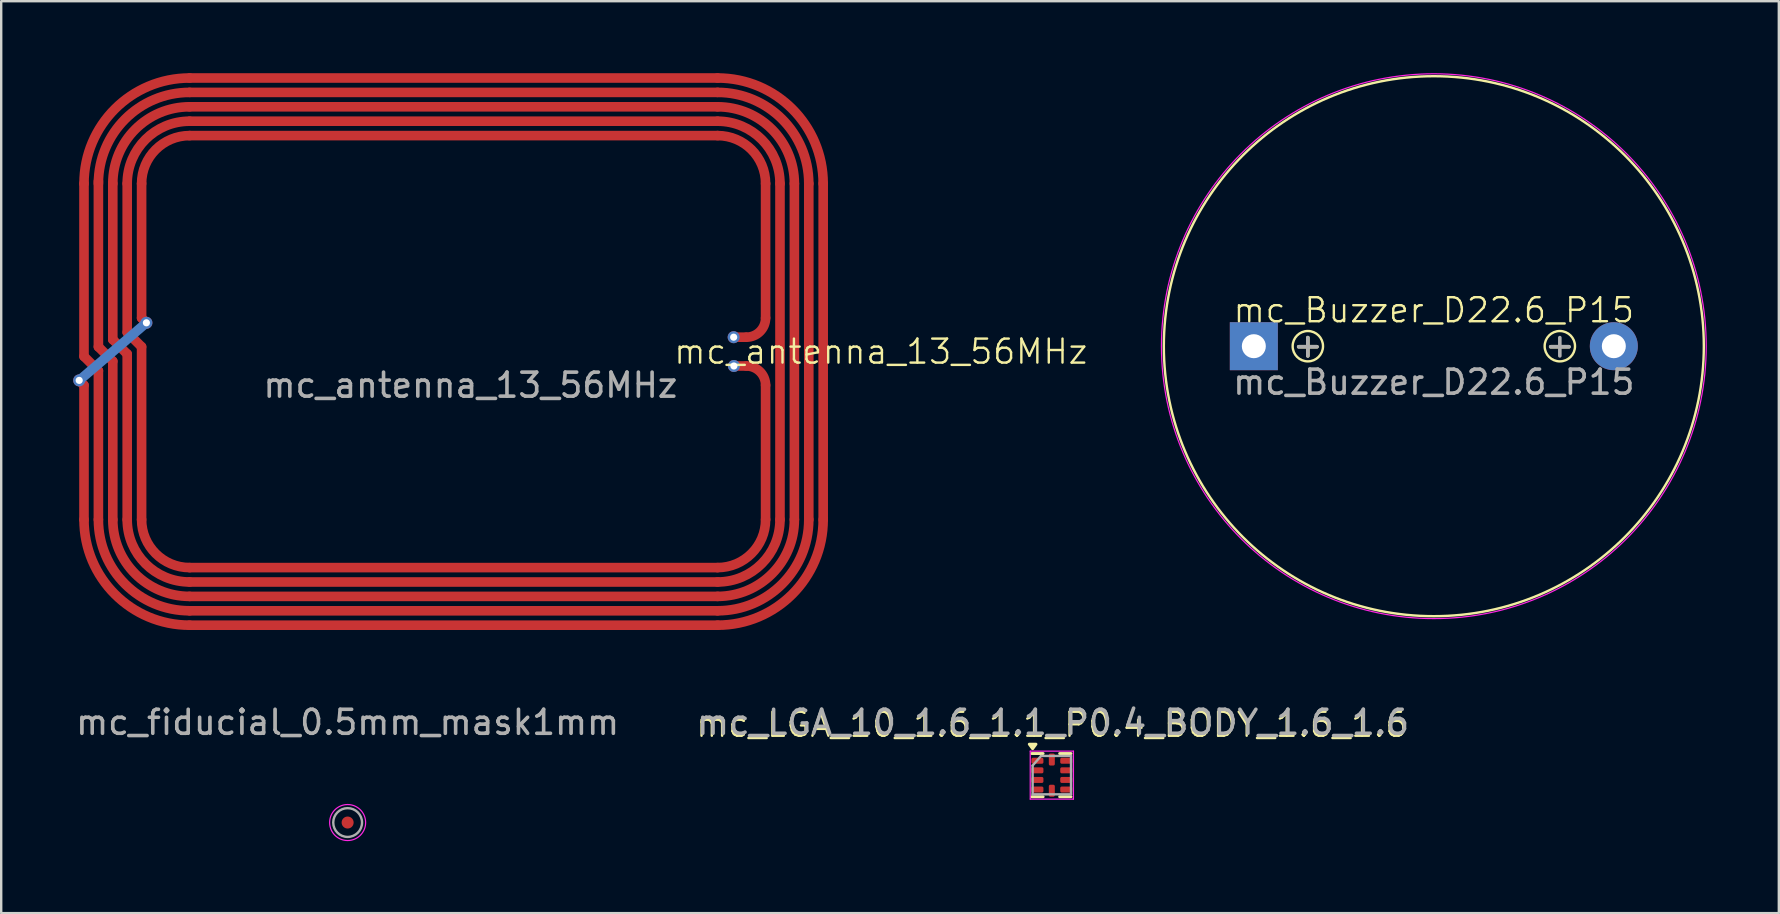
<source format=kicad_pcb>
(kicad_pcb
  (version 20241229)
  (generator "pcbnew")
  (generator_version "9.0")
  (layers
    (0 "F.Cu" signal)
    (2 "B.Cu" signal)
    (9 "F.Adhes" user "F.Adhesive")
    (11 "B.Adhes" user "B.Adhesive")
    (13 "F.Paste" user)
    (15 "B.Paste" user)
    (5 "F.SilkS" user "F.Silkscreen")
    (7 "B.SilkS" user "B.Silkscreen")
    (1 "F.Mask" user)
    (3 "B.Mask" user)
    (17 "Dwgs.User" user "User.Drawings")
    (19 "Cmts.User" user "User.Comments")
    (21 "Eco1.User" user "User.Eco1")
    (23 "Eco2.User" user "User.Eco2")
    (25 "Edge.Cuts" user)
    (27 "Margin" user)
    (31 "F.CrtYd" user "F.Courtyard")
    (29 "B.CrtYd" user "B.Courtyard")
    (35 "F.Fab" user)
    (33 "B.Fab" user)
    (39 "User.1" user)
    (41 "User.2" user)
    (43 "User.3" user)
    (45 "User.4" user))
  (footprint "mc_fiducial_0.5mm_mask1mm"
    (layer "F.Cu")
    (at 11.435 31.223)
    (property "Reference" "mc_fiducial_0.5mm_mask1mm" (at 0 -4.175 0) (unlocked yes) (layer "F.SilkS") (effects (font (size 1 1) (thickness 0.1))))
    (attr smd)
    (fp_circle (center 0 0) (end 0.75 0) (stroke (width 0.05) (type solid)) (fill no) (layer "F.CrtYd"))
    (fp_circle (center 0 0) (end 0.6 0) (stroke (width 0.1) (type solid)) (fill no) (layer "F.Fab"))
    (fp_text user "${REFERENCE}" (at 0 -4.175 0) (unlocked yes) (layer "F.Fab") (effects (font (size 1 1) (thickness 0.15))))
    (pad "" smd circle (at 0 0) (size 0.5 0.5) (layers "F.Cu" "F.Mask")))
  (footprint "mc_Buzzer_D22.6_P15"
    (layer "F.Cu")
    (at 56.694 11.375)
    (property "Reference" "mc_Buzzer_D22.6_P15" (at 0 -1.5 0) (unlocked yes) (layer "F.SilkS") (effects (font (size 1 1) (thickness 0.1))))
    (attr smd)
    (fp_circle (center -5.25 0) (end -4.65 0.2) (stroke (width 0.1) (type default)) (fill no) (layer "F.SilkS"))
    (fp_circle (center 0 0) (end 11.25 0) (stroke (width 0.1) (type default)) (fill no) (layer "F.SilkS"))
    (fp_circle (center 5.25 0) (end 5.85 0.2) (stroke (width 0.1) (type default)) (fill no) (layer "F.SilkS"))
    (fp_circle (center 0 0) (end 11.35 0) (stroke (width 0.05) (type solid)) (fill no) (layer "F.CrtYd"))
    (fp_text user "-" (at 5.25 -0.05 0) (layer "F.SilkS") (effects (font (size 1 1) (thickness 0.15))))
    (fp_text user "+" (at -5.25 -0.05 0) (layer "F.SilkS") (effects (font (size 1 1) (thickness 0.15))))
    (fp_text user "+" (at -5.25 -0.05 0) (layer "F.Fab") (effects (font (size 1 1) (thickness 0.15))))
    (fp_text user "${REFERENCE}" (at 0 1.5 0) (unlocked yes) (layer "F.Fab") (effects (font (size 1 1) (thickness 0.15))))
    (fp_text user "+" (at 5.25 -0.05 0) (layer "F.Fab") (effects (font (size 1 1) (thickness 0.15))))
    (pad "1" thru_hole rect (at -7.5 0) (size 2 2) (drill 1) (layers "*.Cu" "*.Mask"))
    (pad "2" thru_hole circle (at 7.5 0) (size 2 2) (drill 1) (layers "*.Cu" "*.Mask")))
  (footprint "mc_LGA_10_1.6_1.1_P0.4_BODY_1.6_1.6"
    (layer "F.Cu")
    (at 40.777 29.248)
    (property "Reference" "mc_LGA_10_1.6_1.1_P0.4_BODY_1.6_1.6" (at 0 -2.1 0) (unlocked yes) (layer "F.SilkS") (effects (font (size 1 1) (thickness 0.1))))
    (attr smd)
    (fp_line (start -0.362 -0.9) (end -0.838 -0.9) (stroke (width 0.12) (type solid)) (layer "F.SilkS"))
    (fp_line (start -0.362 0.9) (end -0.838 0.9) (stroke (width 0.12) (type solid)) (layer "F.SilkS"))
    (fp_line (start 0.8 -0.9) (end 0.325 -0.9) (stroke (width 0.12) (type solid)) (layer "F.SilkS"))
    (fp_line (start 0.8 0.9) (end 0.325 0.9) (stroke (width 0.12) (type solid)) (layer "F.SilkS"))
    (fp_poly (pts (xy -0.8 -1.1) (xy -0.94 -1.29) (xy -0.66 -1.29) (xy -0.8 -1.1)) (stroke (width 0.12) (type solid)) (fill yes) (layer "F.SilkS"))
    (fp_line (start -0.9 1) (end -0.9 -1) (stroke (width 0.05) (type solid)) (layer "F.CrtYd"))
    (fp_line (start 0.9 -1) (end -0.9 -1) (stroke (width 0.05) (type solid)) (layer "F.CrtYd"))
    (fp_line (start 0.9 1) (end -0.9 1) (stroke (width 0.05) (type solid)) (layer "F.CrtYd"))
    (fp_line (start 0.9 1) (end 0.9 -1) (stroke (width 0.05) (type solid)) (layer "F.CrtYd"))
    (fp_line (start -0.8 -0.4) (end -0.8 0.8) (stroke (width 0.1) (type solid)) (layer "F.Fab"))
    (fp_line (start -0.45 -0.8) (end -0.8 -0.4) (stroke (width 0.1) (type solid)) (layer "F.Fab"))
    (fp_line (start 0.8 -0.8) (end -0.45 -0.8) (stroke (width 0.1) (type solid)) (layer "F.Fab"))
    (fp_line (start 0.8 -0.8) (end 0.8 0.8) (stroke (width 0.1) (type solid)) (layer "F.Fab"))
    (fp_line (start 0.8 0.8) (end -0.8 0.8) (stroke (width 0.1) (type solid)) (layer "F.Fab"))
    (fp_text user "${REFERENCE}" (at 0.05 -2.2 0) (unlocked yes) (layer "F.Fab") (effects (font (size 1 1) (thickness 0.15))))
    (pad "1" smd roundrect (at -0.6 -0.6) (size 0.5 0.25) (layers "F.Cu" "F.Mask" "F.Paste") (roundrect_rratio 0.25))
    (pad "2" smd roundrect (at -0.6 -0.2) (size 0.5 0.25) (layers "F.Cu" "F.Mask" "F.Paste") (roundrect_rratio 0.25))
    (pad "3" smd roundrect (at -0.6 0.2) (size 0.5 0.25) (layers "F.Cu" "F.Mask" "F.Paste") (roundrect_rratio 0.25))
    (pad "4" smd roundrect (at -0.6 0.6) (size 0.5 0.25) (layers "F.Cu" "F.Mask" "F.Paste") (roundrect_rratio 0.25))
    (pad "5" smd roundrect (at 0 0.65 90) (size 0.5 0.25) (layers "F.Cu" "F.Mask" "F.Paste") (roundrect_rratio 0.25))
    (pad "6" smd roundrect (at 0.6 0.6) (size 0.5 0.25) (layers "F.Cu" "F.Mask" "F.Paste") (roundrect_rratio 0.25))
    (pad "7" smd roundrect (at 0.6 0.2) (size 0.5 0.25) (layers "F.Cu" "F.Mask" "F.Paste") (roundrect_rratio 0.25))
    (pad "8" smd roundrect (at 0.6 -0.2) (size 0.5 0.25) (layers "F.Cu" "F.Mask" "F.Paste") (roundrect_rratio 0.25))
    (pad "9" smd roundrect (at 0.6 -0.6) (size 0.5 0.25) (layers "F.Cu" "F.Mask" "F.Paste") (roundrect_rratio 0.25))
    (pad "10" smd roundrect (at 0 -0.65 90) (size 0.5 0.25) (layers "F.Cu" "F.Mask" "F.Paste") (roundrect_rratio 0.25)))
  (footprint "mc_antenna_13_56MHz"
    (layer "F.Cu")
    (at 4.85 4.6)
    (property "Reference" "mc_antenna_13_56MHz" (at 28.8 7 0) (unlocked yes) (layer "F.SilkS") (effects (font (size 1 1) (thickness 0.1))))
    (attr smd)
    (fp_line (start -4.4 0) (end -4.4 7.2) (stroke (width 0.4) (type solid)) (layer "F.Cu"))
    (fp_line (start -4.4 7.2) (end -3.8 7.8) (stroke (width 0.4) (type solid)) (layer "F.Cu"))
    (fp_line (start -4.4 8.4) (end -4.6 8.2) (stroke (width 0.4) (type solid)) (layer "F.Cu"))
    (fp_line (start -4.4 8.4) (end -4.4 14) (stroke (width 0.4) (type solid)) (layer "F.Cu"))
    (fp_line (start -3.8 6.8) (end -3.8 -0.1) (stroke (width 0.4) (type solid)) (layer "F.Cu"))
    (fp_line (start -3.8 7.8) (end -3.8 14) (stroke (width 0.4) (type solid)) (layer "F.Cu"))
    (fp_line (start -3.2 0) (end -3.2 6.5) (stroke (width 0.4) (type solid)) (layer "F.Cu"))
    (fp_line (start -3.2 6.5) (end -2.6 7.1) (stroke (width 0.4) (type solid)) (layer "F.Cu"))
    (fp_line (start -3.2 7.4) (end -3.8 6.8) (stroke (width 0.4) (type solid)) (layer "F.Cu"))
    (fp_line (start -3.2 14) (end -3.2 7.4) (stroke (width 0.4) (type solid)) (layer "F.Cu"))
    (fp_line (start -2.6 6.2) (end -2.6 0) (stroke (width 0.4) (type solid)) (layer "F.Cu"))
    (fp_line (start -2.6 7.1) (end -2.6 14) (stroke (width 0.4) (type solid)) (layer "F.Cu"))
    (fp_line (start -2 0) (end -2 5.6) (stroke (width 0.4) (type solid)) (layer "F.Cu"))
    (fp_line (start -2 5.6) (end -1.8 5.8) (stroke (width 0.4) (type solid)) (layer "F.Cu"))
    (fp_line (start -2 6.8) (end -2.6 6.2) (stroke (width 0.4) (type solid)) (layer "F.Cu"))
    (fp_line (start -2 14) (end -2 6.8) (stroke (width 0.4) (type solid)) (layer "F.Cu"))
    (fp_line (start 0 -3.8) (end 22 -3.8) (stroke (width 0.4) (type solid)) (layer "F.Cu"))
    (fp_line (start 0 -2.6) (end 22 -2.6) (stroke (width 0.4) (type solid)) (layer "F.Cu"))
    (fp_line (start 0 16.6) (end 22 16.6) (stroke (width 0.4) (type solid)) (layer "F.Cu"))
    (fp_line (start 0 17.8) (end 22 17.8) (stroke (width 0.4) (type solid)) (layer "F.Cu"))
    (fp_line (start 0 18.4) (end 22 18.4) (stroke (width 0.4) (type solid)) (layer "F.Cu"))
    (fp_line (start 22 -4.4) (end 0 -4.4) (stroke (width 0.4) (type solid)) (layer "F.Cu"))
    (fp_line (start 22 -3.2) (end 0 -3.2) (stroke (width 0.4) (type solid)) (layer "F.Cu"))
    (fp_line (start 22 -2) (end 0 -2) (stroke (width 0.4) (type solid)) (layer "F.Cu"))
    (fp_line (start 22 16) (end 0 16) (stroke (width 0.4) (type solid)) (layer "F.Cu"))
    (fp_line (start 22 17.2) (end 0 17.2) (stroke (width 0.4) (type solid)) (layer "F.Cu"))
    (fp_line (start 24 5.6) (end 24 0) (stroke (width 0.4) (type solid)) (layer "F.Cu"))
    (fp_line (start 24 8.4) (end 24 14) (stroke (width 0.4) (type solid)) (layer "F.Cu"))
    (fp_line (start 24.6 0) (end 24.6 14) (stroke (width 0.4) (type solid)) (layer "F.Cu"))
    (fp_line (start 25.2 14) (end 25.2 0) (stroke (width 0.4) (type solid)) (layer "F.Cu"))
    (fp_line (start 25.8 0) (end 25.8 14) (stroke (width 0.4) (type solid)) (layer "F.Cu"))
    (fp_line (start 26.4 14) (end 26.4 0) (stroke (width 0.4) (type solid)) (layer "F.Cu"))
    (fp_arc (start -4.4 0) (mid -3.11127 -3.11127) (end 0 -4.4) (stroke (width 0.4) (type solid)) (layer "F.Cu"))
    (fp_arc (start -3.8 0) (mid -2.687006 -2.687006) (end 0 -3.8) (stroke (width 0.4) (type solid)) (layer "F.Cu"))
    (fp_arc (start -3.2 0) (mid -2.262742 -2.262742) (end 0 -3.2) (stroke (width 0.4) (type solid)) (layer "F.Cu"))
    (fp_arc (start -2.6 0) (mid -1.838478 -1.838478) (end 0 -2.6) (stroke (width 0.4) (type solid)) (layer "F.Cu"))
    (fp_arc (start -2 0) (mid -1.414214 -1.414214) (end 0 -2) (stroke (width 0.4) (type solid)) (layer "F.Cu"))
    (fp_arc (start 0 16) (mid -1.414214 15.414214) (end -2 14) (stroke (width 0.4) (type solid)) (layer "F.Cu"))
    (fp_arc (start 0 16.6) (mid -1.838478 15.838478) (end -2.6 14) (stroke (width 0.4) (type solid)) (layer "F.Cu"))
    (fp_arc (start 0 17.2) (mid -2.262742 16.262742) (end -3.2 14) (stroke (width 0.4) (type solid)) (layer "F.Cu"))
    (fp_arc (start 0 17.8) (mid -2.687006 16.687006) (end -3.8 14) (stroke (width 0.4) (type solid)) (layer "F.Cu"))
    (fp_arc (start 0 18.4) (mid -3.11127 17.11127) (end -4.4 14) (stroke (width 0.4) (type solid)) (layer "F.Cu"))
    (fp_arc (start 22 -4.4) (mid 25.11127 -3.11127) (end 26.4 0) (stroke (width 0.4) (type solid)) (layer "F.Cu"))
    (fp_arc (start 22 -3.8) (mid 24.687006 -2.687006) (end 25.8 0) (stroke (width 0.4) (type solid)) (layer "F.Cu"))
    (fp_arc (start 22 -3.2) (mid 24.262742 -2.262742) (end 25.2 0) (stroke (width 0.4) (type solid)) (layer "F.Cu"))
    (fp_arc (start 22 -2.6) (mid 23.838478 -1.838478) (end 24.6 0) (stroke (width 0.4) (type solid)) (layer "F.Cu"))
    (fp_arc (start 22 -2) (mid 23.414214 -1.414214) (end 24 0) (stroke (width 0.4) (type solid)) (layer "F.Cu"))
    (fp_arc (start 23.2 7.6) (mid 23.765685 7.834315) (end 24 8.4) (stroke (width 0.4) (type default)) (layer "F.Cu"))
    (fp_arc (start 24 5.6) (mid 23.765685 6.165685) (end 23.2 6.4) (stroke (width 0.4) (type default)) (layer "F.Cu"))
    (fp_arc (start 24 14) (mid 23.414214 15.414214) (end 22 16) (stroke (width 0.4) (type solid)) (layer "F.Cu"))
    (fp_arc (start 24.6 14) (mid 23.838478 15.838478) (end 22 16.6) (stroke (width 0.4) (type solid)) (layer "F.Cu"))
    (fp_arc (start 25.2 14) (mid 24.262742 16.262742) (end 22 17.2) (stroke (width 0.4) (type solid)) (layer "F.Cu"))
    (fp_arc (start 25.8 14) (mid 24.687006 16.687006) (end 22 17.8) (stroke (width 0.4) (type solid)) (layer "F.Cu"))
    (fp_arc (start 26.4 14) (mid 25.11127 17.11127) (end 22 18.4) (stroke (width 0.4) (type solid)) (layer "F.Cu"))
    (fp_poly (pts (xy 22.67 6.2) (xy 23.25 6.2) (xy 23.25 6.6) (xy 22.67 6.6)) (stroke (width 0) (type solid)) (fill yes) (layer "F.Cu"))
    (fp_poly (pts (xy 22.68 7.4) (xy 23.26 7.4) (xy 23.26 7.8) (xy 22.68 7.8)) (stroke (width 0) (type solid)) (fill yes) (layer "F.Cu"))
    (fp_line (start -1.8 5.8) (end -4.6 8.2) (stroke (width 0.4) (type default)) (layer "B.Cu"))
    (fp_text user "${REFERENCE}" (at 11.7 8.4 0) (unlocked yes) (layer "F.Fab") (effects (font (size 1 1) (thickness 0.15))))
    (pad "" thru_hole circle (at -4.6 8.2) (size 0.5 0.5) (drill 0.3) (layers "*.Cu" "*.Mask"))
    (pad "" thru_hole circle (at -1.8 5.8) (size 0.5 0.5) (drill 0.3) (layers "*.Cu" "*.Mask"))
    (pad "1" thru_hole circle (at 22.67 6.4) (size 0.5 0.5) (drill 0.3) (layers "*.Cu" "*.Mask"))
    (pad "2" thru_hole circle (at 22.68 7.6) (size 0.5 0.5) (drill 0.3) (layers "*.Cu" "*.Mask")))
  (gr_rect
    (start -3 -3)
    (end 71.069 34.998)
    (stroke (width 0.1) (type default))
    (fill no)
    (layer "Edge.Cuts")))
</source>
